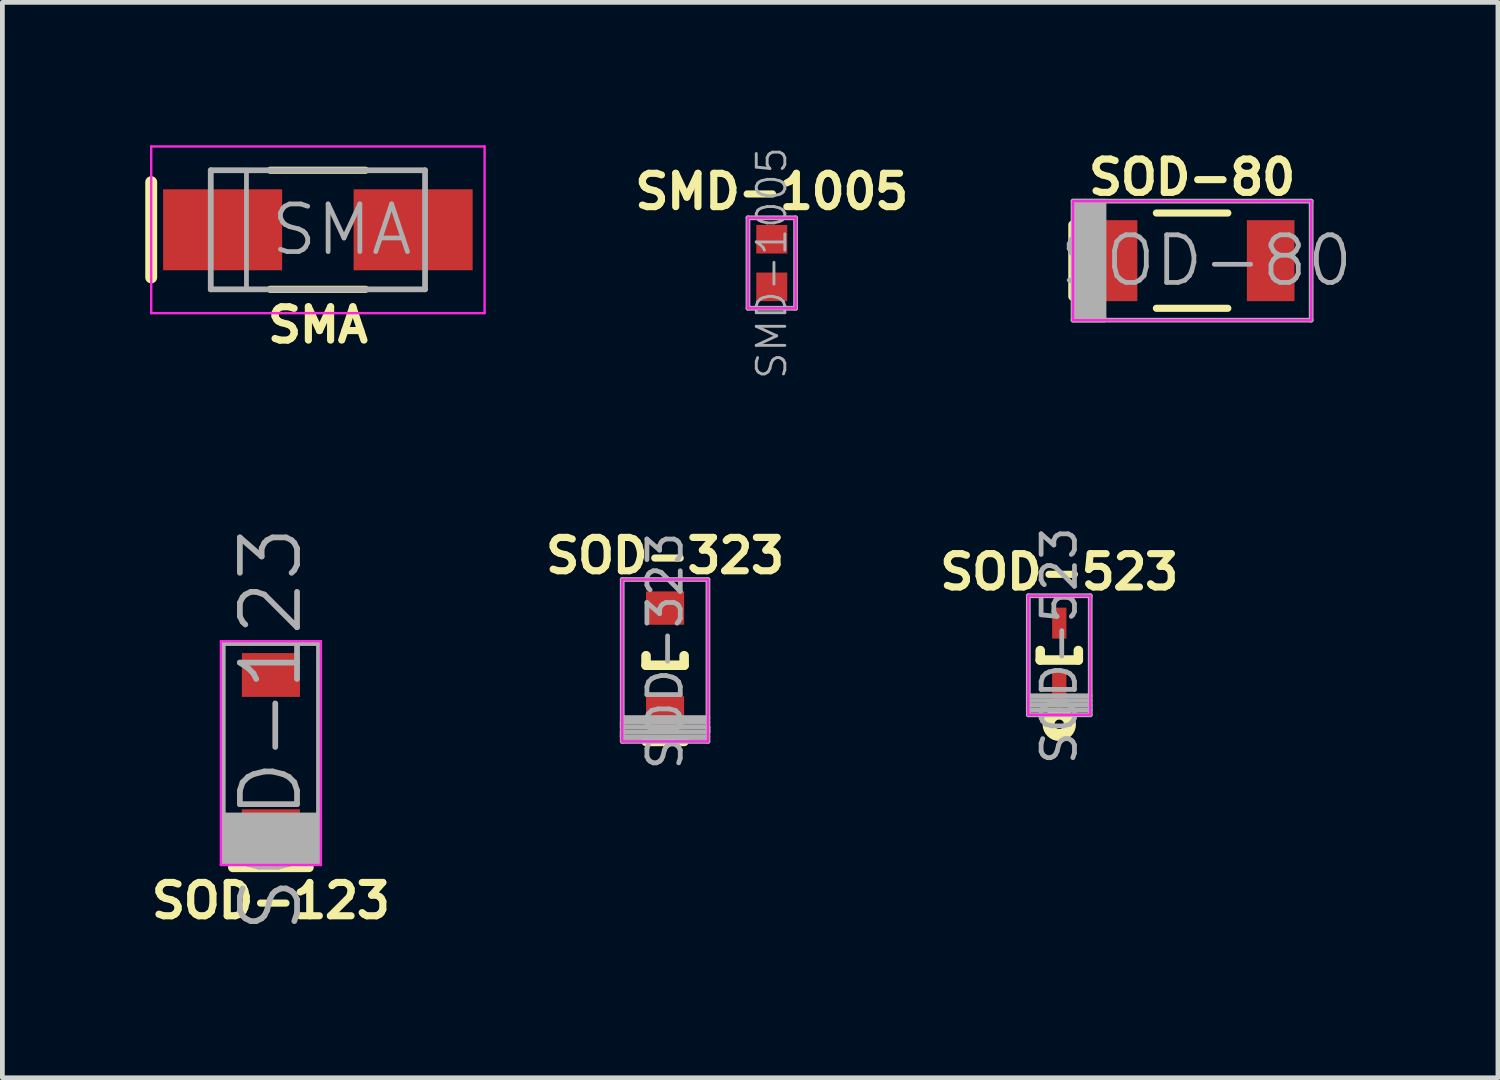
<source format=kicad_pcb>
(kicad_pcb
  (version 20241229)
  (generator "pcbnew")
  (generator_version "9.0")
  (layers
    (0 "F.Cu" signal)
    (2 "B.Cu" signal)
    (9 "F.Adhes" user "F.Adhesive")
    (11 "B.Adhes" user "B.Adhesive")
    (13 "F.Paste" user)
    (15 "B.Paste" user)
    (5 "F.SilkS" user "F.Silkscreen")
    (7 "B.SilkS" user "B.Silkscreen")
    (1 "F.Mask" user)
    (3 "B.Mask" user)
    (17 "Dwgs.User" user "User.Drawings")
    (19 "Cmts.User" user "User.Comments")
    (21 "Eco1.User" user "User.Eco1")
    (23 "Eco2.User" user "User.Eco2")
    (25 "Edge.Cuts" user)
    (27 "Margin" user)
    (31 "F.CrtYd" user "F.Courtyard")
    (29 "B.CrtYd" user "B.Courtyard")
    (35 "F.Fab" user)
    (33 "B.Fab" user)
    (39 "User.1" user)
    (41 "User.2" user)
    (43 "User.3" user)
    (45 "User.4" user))
  (footprint "SOD-523"
    (layer "F.Cu")
    (at 19.192 10.709)
    (property "Reference" "SOD-523" (at 0 -1.75 0) (layer "F.SilkS") (effects (font (size 0.7 0.7) (thickness 0.15))))
    (attr through_hole)
    (fp_line (start -0.4 -0.1) (end -0.4 0.1) (stroke (width 0.2) (type solid)) (layer "F.SilkS"))
    (fp_line (start -0.4 0.1) (end 0.4 0.1) (stroke (width 0.2) (type solid)) (layer "F.SilkS"))
    (fp_line (start 0.4 0.1) (end 0.4 -0.1) (stroke (width 0.2) (type solid)) (layer "F.SilkS"))
    (fp_circle (center 0 1.45) (end 0 1.55) (stroke (width 0.25) (type solid)) (fill no) (layer "F.SilkS"))
    (fp_line (start -0.65 -1.25) (end 0.65 -1.25) (stroke (width 0.05) (type solid)) (layer "F.CrtYd"))
    (fp_line (start -0.65 1.25) (end -0.65 -1.25) (stroke (width 0.05) (type solid)) (layer "F.CrtYd"))
    (fp_line (start 0.65 -1.25) (end 0.65 1.25) (stroke (width 0.05) (type solid)) (layer "F.CrtYd"))
    (fp_line (start 0.65 1.25) (end -0.65 1.25) (stroke (width 0.05) (type solid)) (layer "F.CrtYd"))
    (fp_line (start -0.65 -1.25) (end 0.65 -1.25) (stroke (width 0.1) (type solid)) (layer "F.Fab"))
    (fp_line (start -0.65 1.25) (end -0.65 -1.25) (stroke (width 0.1) (type solid)) (layer "F.Fab"))
    (fp_line (start 0.65 -1.25) (end 0.65 1.25) (stroke (width 0.1) (type solid)) (layer "F.Fab"))
    (fp_line (start 0.65 0.85) (end -0.65 0.85) (stroke (width 0.1) (type solid)) (layer "F.Fab"))
    (fp_line (start 0.65 0.95) (end -0.65 0.95) (stroke (width 0.1) (type solid)) (layer "F.Fab"))
    (fp_line (start 0.65 1.05) (end -0.65 1.05) (stroke (width 0.1) (type solid)) (layer "F.Fab"))
    (fp_line (start 0.65 1.15) (end -0.65 1.15) (stroke (width 0.1) (type solid)) (layer "F.Fab"))
    (fp_line (start 0.65 1.25) (end -0.65 1.25) (stroke (width 0.1) (type solid)) (layer "F.Fab"))
    (fp_text user "${REFERENCE}" (at 0 -0.2 90) (layer "F.Fab") (effects (font (size 0.7 0.7) (thickness 0.1))))
    (pad "A" smd rect (at 0 -0.675) (size 0.3 0.65) (layers "F.Cu" "F.Mask" "F.Paste"))
    (pad "C" smd rect (at 0 0.675) (size 0.3 0.65) (layers "F.Cu" "F.Mask" "F.Paste")))
  (footprint "SOD-123"
    (layer "F.Cu")
    (at 2.638 12.763)
    (property "Reference" "SOD-123" (at 0 3.1 0) (layer "F.SilkS") (effects (font (size 0.7 0.7) (thickness 0.15))))
    (attr through_hole)
    (fp_line (start 0.8 2.4) (end -0.8 2.4) (stroke (width 0.2) (type solid)) (layer "F.SilkS"))
    (fp_line (start -1.05 -2.35) (end 1.05 -2.35) (stroke (width 0.05) (type solid)) (layer "F.CrtYd"))
    (fp_line (start -1.05 2.35) (end -1.05 -2.35) (stroke (width 0.05) (type solid)) (layer "F.CrtYd"))
    (fp_line (start 1.05 -2.35) (end 1.05 2.35) (stroke (width 0.05) (type solid)) (layer "F.CrtYd"))
    (fp_line (start 1.05 2.35) (end -1.05 2.35) (stroke (width 0.05) (type solid)) (layer "F.CrtYd"))
    (fp_line (start -1 -2.3) (end 1 -2.3) (stroke (width 0.1) (type solid)) (layer "F.Fab"))
    (fp_line (start -1 2.3) (end -1 -2.3) (stroke (width 0.1) (type solid)) (layer "F.Fab"))
    (fp_line (start 0.9 1.4) (end -0.9 1.4) (stroke (width 0.2) (type solid)) (layer "F.Fab"))
    (fp_line (start 0.9 1.5) (end -0.9 1.5) (stroke (width 0.2) (type solid)) (layer "F.Fab"))
    (fp_line (start 0.9 1.6) (end -0.9 1.6) (stroke (width 0.2) (type solid)) (layer "F.Fab"))
    (fp_line (start 0.9 1.7) (end -0.9 1.7) (stroke (width 0.2) (type solid)) (layer "F.Fab"))
    (fp_line (start 0.9 1.8) (end -0.9 1.8) (stroke (width 0.2) (type solid)) (layer "F.Fab"))
    (fp_line (start 0.9 1.9) (end -0.9 1.9) (stroke (width 0.2) (type solid)) (layer "F.Fab"))
    (fp_line (start 0.9 2) (end -0.9 2) (stroke (width 0.2) (type solid)) (layer "F.Fab"))
    (fp_line (start 0.9 2.1) (end -0.9 2.1) (stroke (width 0.2) (type solid)) (layer "F.Fab"))
    (fp_line (start 0.9 2.2) (end -0.9 2.2) (stroke (width 0.2) (type solid)) (layer "F.Fab"))
    (fp_line (start 1 -2.3) (end 1 2.3) (stroke (width 0.1) (type solid)) (layer "F.Fab"))
    (fp_line (start 1 1.3) (end -1 1.3) (stroke (width 0.1) (type solid)) (layer "F.Fab"))
    (fp_line (start 1 2.3) (end -1 2.3) (stroke (width 0.1) (type solid)) (layer "F.Fab"))
    (fp_text user "${REFERENCE}" (at 0 -0.5 90) (layer "F.Fab") (effects (font (size 1.2 1.2) (thickness 0.12))))
    (pad "A" smd rect (at 0 -1.64) (size 1.22 0.92) (layers "F.Cu" "F.Mask" "F.Paste"))
    (pad "C" smd rect (at 0 1.64) (size 1.22 0.92) (layers "F.Cu" "F.Mask" "F.Paste")))
  (footprint "SMD-1005"
    (layer "F.Cu")
    (at 13.155 2.473)
    (property "Reference" "SMD-1005" (at 0 -1.5 0) (layer "F.SilkS") (effects (font (size 0.7 0.7) (thickness 0.15))))
    (attr through_hole)
    (fp_line (start -0.5 -0.95) (end 0.5 -0.95) (stroke (width 0.05) (type solid)) (layer "F.CrtYd"))
    (fp_line (start -0.5 0.95) (end -0.5 -0.95) (stroke (width 0.05) (type solid)) (layer "F.CrtYd"))
    (fp_line (start 0.5 -0.95) (end 0.5 0.95) (stroke (width 0.05) (type solid)) (layer "F.CrtYd"))
    (fp_line (start 0.5 0.95) (end -0.5 0.95) (stroke (width 0.05) (type solid)) (layer "F.CrtYd"))
    (fp_line (start -0.5 -0.95) (end 0.5 -0.95) (stroke (width 0.1) (type solid)) (layer "F.Fab"))
    (fp_line (start -0.5 0.95) (end -0.5 -0.95) (stroke (width 0.1) (type solid)) (layer "F.Fab"))
    (fp_line (start 0.5 -0.95) (end 0.5 0.95) (stroke (width 0.1) (type solid)) (layer "F.Fab"))
    (fp_line (start 0.5 0.95) (end -0.5 0.95) (stroke (width 0.1) (type solid)) (layer "F.Fab"))
    (fp_text user "${REFERENCE}" (at 0 0 90) (layer "F.Fab") (effects (font (size 0.6 0.6) (thickness 0.06))))
    (pad "1" smd rect (at 0 -0.5) (size 0.65 0.6) (layers "F.Cu" "F.Mask" "F.Paste"))
    (pad "2" smd rect (at 0 0.5) (size 0.65 0.6) (layers "F.Cu" "F.Mask" "F.Paste")))
  (footprint "SOD-80"
    (layer "F.Cu")
    (at 21.981 2.423)
    (property "Reference" "SOD-80" (at 0 -1.75 0) (layer "F.SilkS") (effects (font (size 0.7 0.7) (thickness 0.15))))
    (attr through_hole)
    (fp_line (start -2.5 -0.75) (end -2.5 0.75) (stroke (width 0.2) (type solid)) (layer "F.SilkS"))
    (fp_line (start -0.75 -1) (end 0.75 -1) (stroke (width 0.15) (type solid)) (layer "F.SilkS"))
    (fp_line (start -0.75 1) (end 0.75 1) (stroke (width 0.15) (type solid)) (layer "F.SilkS"))
    (fp_line (start -2.5 -1.25) (end 2.5 -1.25) (stroke (width 0.05) (type solid)) (layer "F.CrtYd"))
    (fp_line (start -2.5 1.25) (end -2.5 -1.25) (stroke (width 0.05) (type solid)) (layer "F.CrtYd"))
    (fp_line (start 2.5 -1.25) (end 2.5 1.25) (stroke (width 0.05) (type solid)) (layer "F.CrtYd"))
    (fp_line (start 2.5 1.25) (end -2.5 1.25) (stroke (width 0.05) (type solid)) (layer "F.CrtYd"))
    (fp_line (start -2.5 -1.25) (end 2.5 -1.25) (stroke (width 0.1) (type solid)) (layer "F.Fab"))
    (fp_line (start -2.5 1.25) (end -2.5 -1.25) (stroke (width 0.1) (type solid)) (layer "F.Fab"))
    (fp_line (start -2.45 1.25) (end -2.45 -1.25) (stroke (width 0.1) (type solid)) (layer "F.Fab"))
    (fp_line (start -2.4 1.25) (end -2.4 -1.25) (stroke (width 0.1) (type solid)) (layer "F.Fab"))
    (fp_line (start -2.35 1.25) (end -2.35 -1.25) (stroke (width 0.1) (type solid)) (layer "F.Fab"))
    (fp_line (start -2.3 1.25) (end -2.3 -1.25) (stroke (width 0.1) (type solid)) (layer "F.Fab"))
    (fp_line (start -2.25 1.25) (end -2.25 -1.25) (stroke (width 0.1) (type solid)) (layer "F.Fab"))
    (fp_line (start -2.2 1.25) (end -2.2 -1.25) (stroke (width 0.1) (type solid)) (layer "F.Fab"))
    (fp_line (start -2.15 1.25) (end -2.15 -1.25) (stroke (width 0.1) (type solid)) (layer "F.Fab"))
    (fp_line (start -2.1 1.25) (end -2.1 -1.25) (stroke (width 0.1) (type solid)) (layer "F.Fab"))
    (fp_line (start -2.05 1.25) (end -2.05 -1.25) (stroke (width 0.1) (type solid)) (layer "F.Fab"))
    (fp_line (start -2 1.25) (end -2 -1.25) (stroke (width 0.1) (type solid)) (layer "F.Fab"))
    (fp_line (start -1.95 1.25) (end -1.95 -1.25) (stroke (width 0.1) (type solid)) (layer "F.Fab"))
    (fp_line (start -1.9 1.25) (end -1.9 -1.25) (stroke (width 0.1) (type solid)) (layer "F.Fab"))
    (fp_line (start -1.85 1.25) (end -1.85 -1.25) (stroke (width 0.1) (type solid)) (layer "F.Fab"))
    (fp_line (start 2.5 -1.25) (end 2.5 1.25) (stroke (width 0.1) (type solid)) (layer "F.Fab"))
    (fp_line (start 2.5 1.25) (end -2.5 1.25) (stroke (width 0.1) (type solid)) (layer "F.Fab"))
    (fp_text user "${REFERENCE}" (at 0.3 0 0) (layer "F.Fab") (effects (font (size 1 1) (thickness 0.1))))
    (pad "A" smd rect (at 1.65 0) (size 1 1.7) (layers "F.Cu" "F.Mask" "F.Paste"))
    (pad "C" smd rect (at -1.65 0) (size 1 1.7) (layers "F.Cu" "F.Mask" "F.Paste")))
  (footprint "SMA"
    (layer "F.Cu")
    (at 3.625 1.775)
    (property "Reference" "SMA" (at 0 2 0) (layer "F.SilkS") (effects (font (size 0.7 0.7) (thickness 0.15))))
    (attr through_hole)
    (fp_line (start -3.5 -1) (end -3.5 1) (stroke (width 0.25) (type solid)) (layer "F.SilkS"))
    (fp_line (start -1 -1.25) (end 1 -1.25) (stroke (width 0.15) (type solid)) (layer "F.SilkS"))
    (fp_line (start 1 1.25) (end -1 1.25) (stroke (width 0.15) (type solid)) (layer "F.SilkS"))
    (fp_line (start -3.5 -1.75) (end 3.5 -1.75) (stroke (width 0.05) (type solid)) (layer "F.CrtYd"))
    (fp_line (start -3.5 1.75) (end -3.5 -1.75) (stroke (width 0.05) (type solid)) (layer "F.CrtYd"))
    (fp_line (start 3.5 -1.75) (end 3.5 1.75) (stroke (width 0.05) (type solid)) (layer "F.CrtYd"))
    (fp_line (start 3.5 1.75) (end -3.5 1.75) (stroke (width 0.05) (type solid)) (layer "F.CrtYd"))
    (fp_line (start -2.25 -1.25) (end 2.25 -1.25) (stroke (width 0.12) (type solid)) (layer "F.Fab"))
    (fp_line (start -2.25 1.25) (end -2.25 -1.25) (stroke (width 0.12) (type solid)) (layer "F.Fab"))
    (fp_line (start 2.25 -1.25) (end 2.25 1.25) (stroke (width 0.12) (type solid)) (layer "F.Fab"))
    (fp_line (start 2.25 1.25) (end -2.25 1.25) (stroke (width 0.12) (type solid)) (layer "F.Fab"))
    (fp_poly (pts (xy -2.25 -1.25) (xy -1.5 -1.25) (xy -1.5 1.25) (xy -2.25 1.25)) (stroke (width 0.1) (type solid)) (fill no) (layer "F.Fab"))
    (fp_text user "${REFERENCE}" (at 0.5 0 0) (layer "F.Fab") (effects (font (size 1 1) (thickness 0.1))))
    (pad "A" smd rect (at 2 0) (size 2.5 1.7) (layers "F.Cu" "F.Mask" "F.Paste"))
    (pad "C" smd rect (at -2 0) (size 2.5 1.7) (layers "F.Cu" "F.Mask" "F.Paste")))
  (footprint "SOD-323"
    (layer "F.Cu")
    (at 10.915 10.818)
    (property "Reference" "SOD-323" (at 0 -2.2 0) (layer "F.SilkS") (effects (font (size 0.7 0.7) (thickness 0.15))))
    (attr smd)
    (fp_line (start -0.4 -0.1) (end -0.4 0.1) (stroke (width 0.2) (type solid)) (layer "F.SilkS"))
    (fp_line (start -0.4 0.1) (end 0.4 0.1) (stroke (width 0.2) (type solid)) (layer "F.SilkS"))
    (fp_line (start -0.4 1.7) (end 0.4 1.7) (stroke (width 0.2) (type solid)) (layer "F.SilkS"))
    (fp_line (start 0.4 0.1) (end 0.4 -0.1) (stroke (width 0.2) (type solid)) (layer "F.SilkS"))
    (fp_line (start -0.9 -1.7) (end 0.9 -1.7) (stroke (width 0.05) (type solid)) (layer "F.CrtYd"))
    (fp_line (start -0.9 1.7) (end -0.9 -1.7) (stroke (width 0.05) (type solid)) (layer "F.CrtYd"))
    (fp_line (start 0.9 -1.7) (end 0.9 1.7) (stroke (width 0.05) (type solid)) (layer "F.CrtYd"))
    (fp_line (start 0.9 1.7) (end -0.9 1.7) (stroke (width 0.05) (type solid)) (layer "F.CrtYd"))
    (fp_line (start -0.9 -1.7) (end 0.9 -1.7) (stroke (width 0.1) (type solid)) (layer "F.Fab"))
    (fp_line (start -0.9 1.3) (end 0.9 1.3) (stroke (width 0.1) (type solid)) (layer "F.Fab"))
    (fp_line (start -0.9 1.4) (end -0.9 1.3) (stroke (width 0.1) (type solid)) (layer "F.Fab"))
    (fp_line (start -0.9 1.5) (end 0.9 1.5) (stroke (width 0.1) (type solid)) (layer "F.Fab"))
    (fp_line (start -0.9 1.6) (end -0.9 1.5) (stroke (width 0.1) (type solid)) (layer "F.Fab"))
    (fp_line (start -0.9 1.7) (end -0.9 -1.7) (stroke (width 0.1) (type solid)) (layer "F.Fab"))
    (fp_line (start 0.9 -1.7) (end 0.9 1.7) (stroke (width 0.1) (type solid)) (layer "F.Fab"))
    (fp_line (start 0.9 1.2) (end -0.9 1.2) (stroke (width 0.1) (type solid)) (layer "F.Fab"))
    (fp_line (start 0.9 1.4) (end -0.9 1.4) (stroke (width 0.1) (type solid)) (layer "F.Fab"))
    (fp_line (start 0.9 1.5) (end 0.9 1.4) (stroke (width 0.1) (type solid)) (layer "F.Fab"))
    (fp_line (start 0.9 1.6) (end -0.9 1.6) (stroke (width 0.1) (type solid)) (layer "F.Fab"))
    (fp_line (start 0.9 1.7) (end -0.9 1.7) (stroke (width 0.1) (type solid)) (layer "F.Fab"))
    (fp_text user "${REFERENCE}" (at 0 -0.2 90) (layer "F.Fab") (effects (font (size 0.7 0.7) (thickness 0.1))))
    (pad "A" smd rect (at 0 -1.1) (size 0.8 0.7) (layers "F.Cu" "F.Mask" "F.Paste"))
    (pad "C" smd rect (at 0 1.1) (size 0.8 0.7) (layers "F.Cu" "F.Mask" "F.Paste")))
  (gr_rect
    (start -3 -3)
    (end 28.403 19.58)
    (stroke (width 0.1) (type default))
    (fill no)
    (layer "Edge.Cuts")))
</source>
